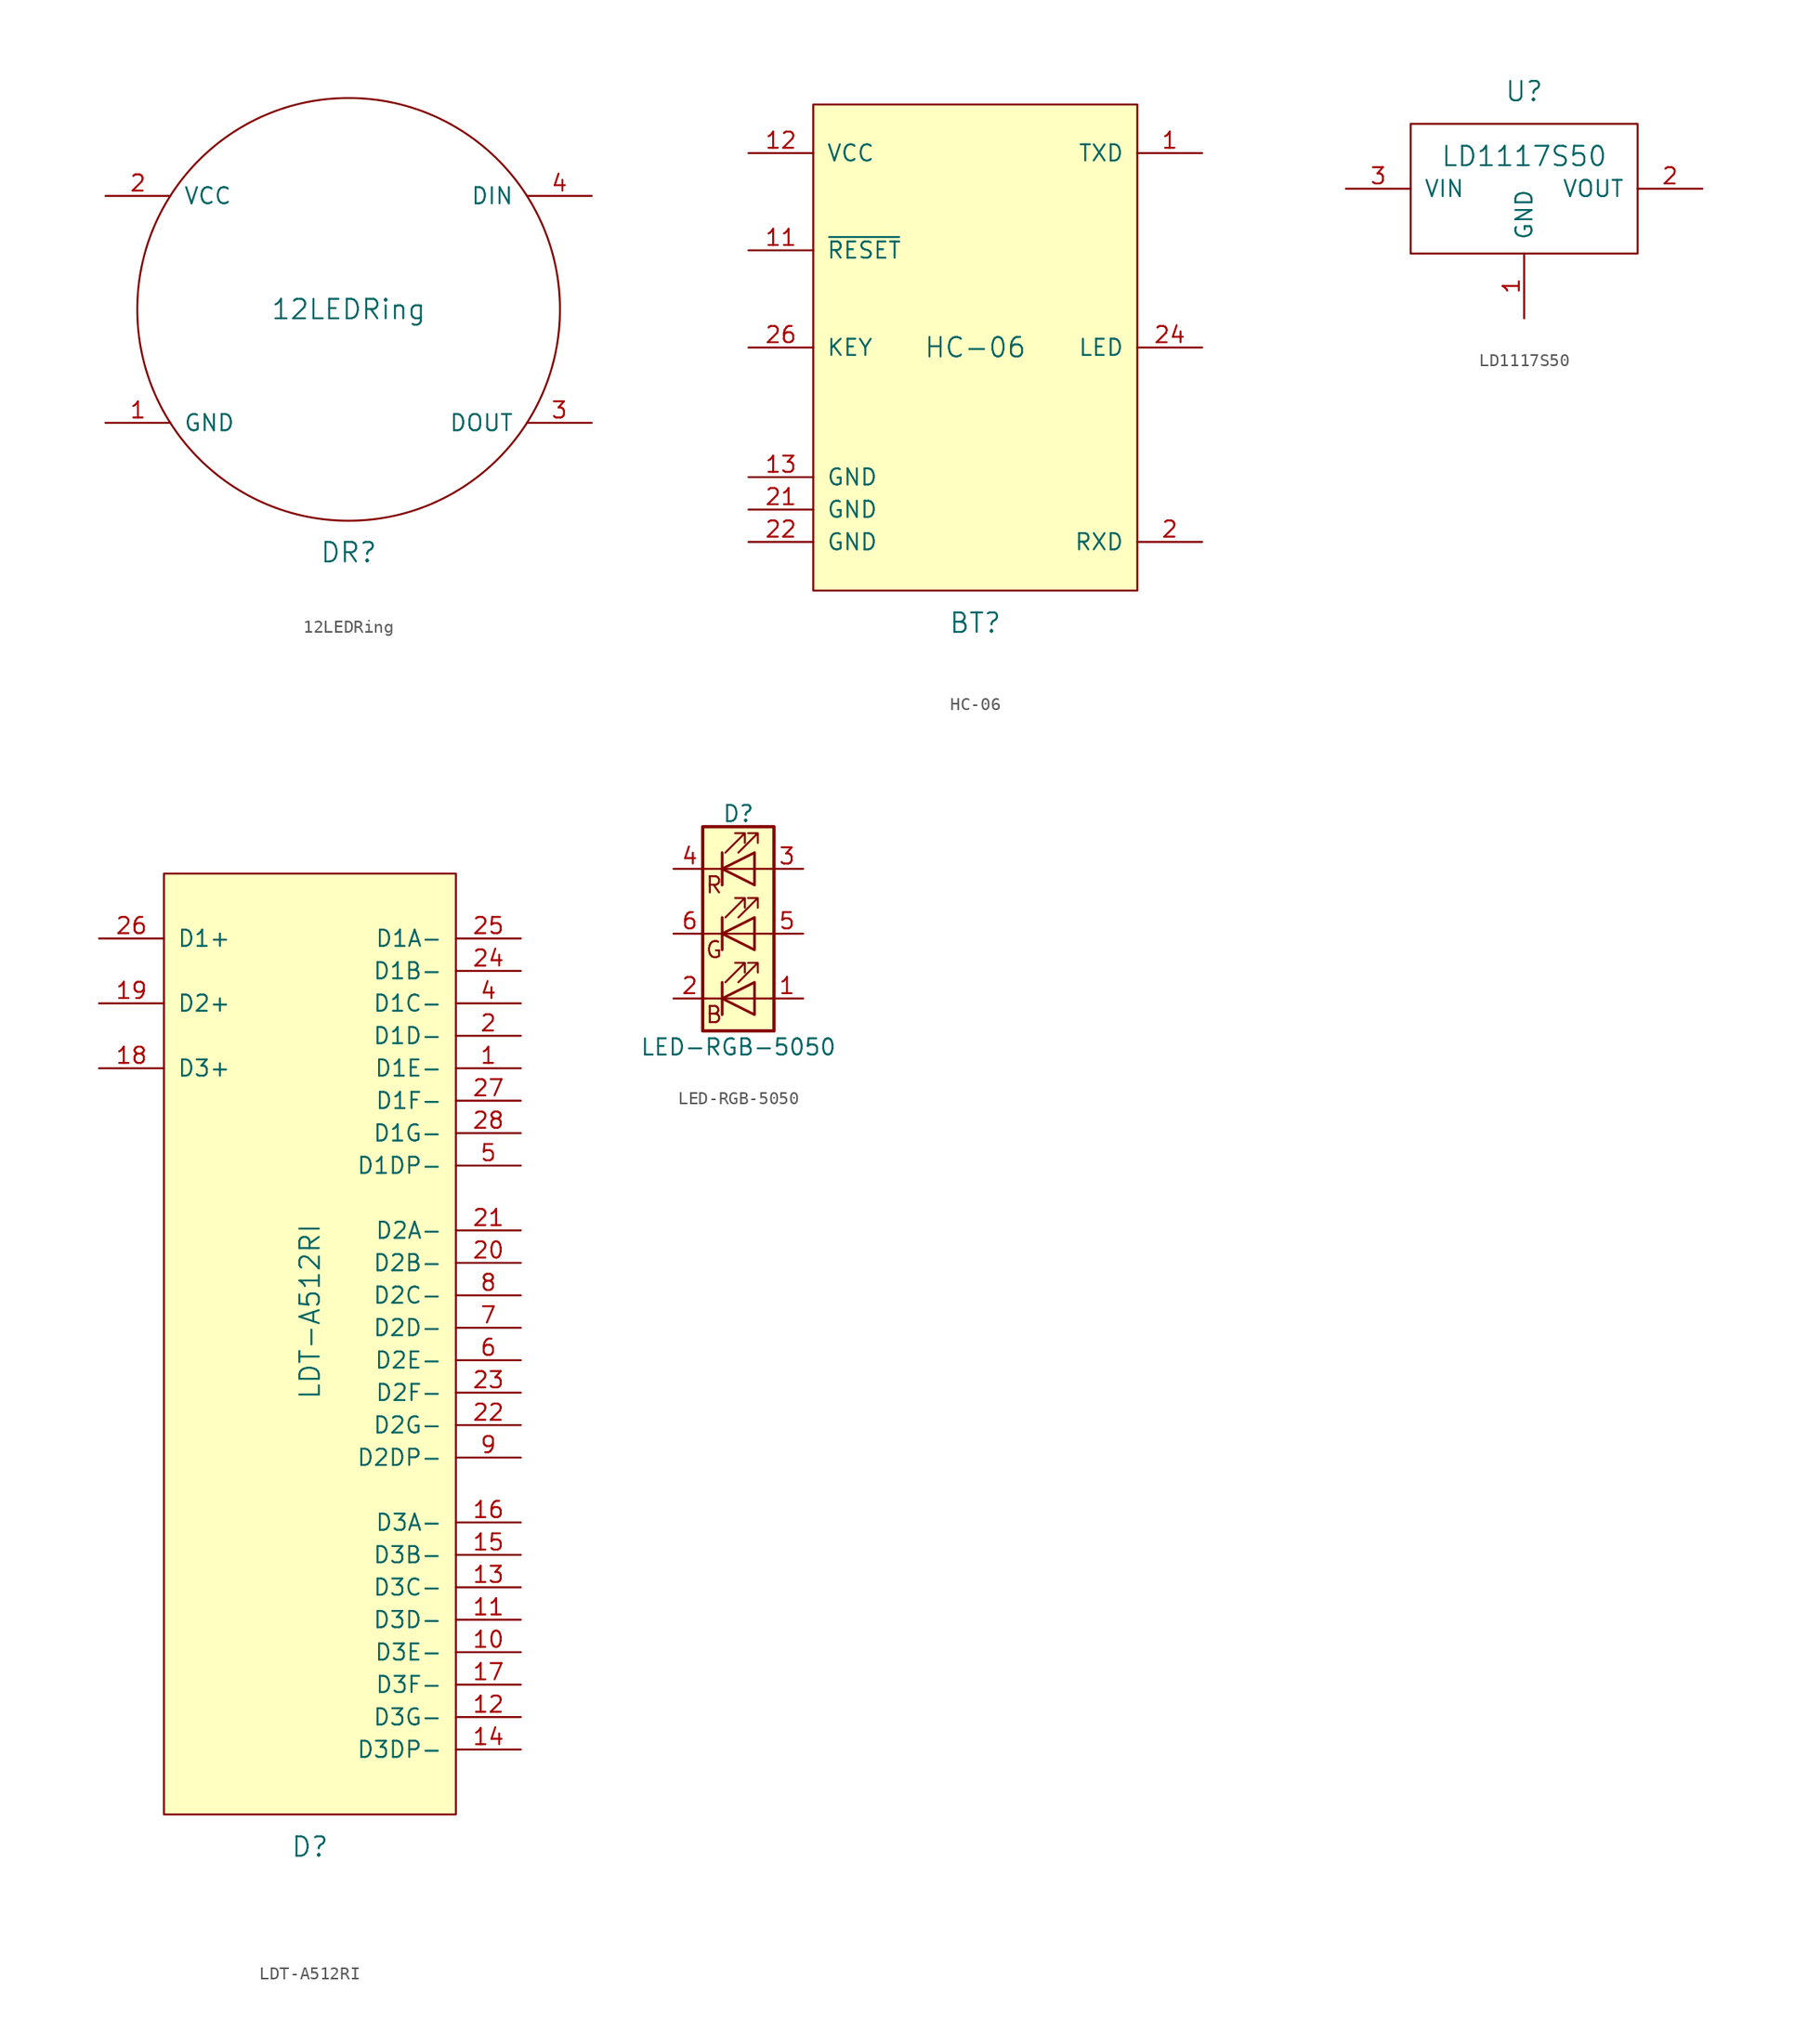
<source format=kicad_sym>
(kicad_symbol_lib
  (version 20220914)
  (generator kicad_symbol_editor)
  (symbol "12LEDRing"
    (pin_names
      (offset 1.016))
    (property "Reference" "DR"
      (at 0 -19.05 0)
      (effects (font (size 1.524 1.524))))
    (property "Value" "12LEDRing"
      (at 0 0 0)
      (effects (font (size 1.524 1.524))))
    (symbol "12LEDRing_0_1"
      (circle (center 0 0) (radius 16.561) (stroke (width 0) (type solid)) (fill (type none))))
    (symbol "12LEDRing_1_1"
      (pin power_out line (at -19.05 -8.89 0) (length 5.08) (name "GND" (effects (font (size 1.27 1.27)))) (number "1" (effects (font (size 1.27 1.27)))))
      (pin power_in line (at -19.05 8.89 0) (length 5.08) (name "VCC" (effects (font (size 1.27 1.27)))) (number "2" (effects (font (size 1.27 1.27)))))
      (pin output line (at 19.05 -8.89 180) (length 5.08) (name "DOUT" (effects (font (size 1.27 1.27)))) (number "3" (effects (font (size 1.27 1.27)))))
      (pin input line (at 19.05 8.89 180) (length 5.08) (name "DIN" (effects (font (size 1.27 1.27)))) (number "4" (effects (font (size 1.27 1.27)))))))
  (symbol "HC-06"
    (pin_names
      (offset 1.016))
    (property "Reference" "BT"
      (at 0 -21.59 0)
      (effects (font (size 1.524 1.524))))
    (property "Value" "HC-06"
      (at 0 0 0)
      (effects (font (size 1.524 1.524))))
    (symbol "HC-06_0_1"
      (rectangle (start -12.7 19.05) (end 12.7 -19.05) (stroke (width 0) (type solid)) (fill (type background))))
    (symbol "HC-06_1_1"
      (pin output line (at 17.78 15.24 180) (length 5.08) (name "TXD" (effects (font (size 1.27 1.27)))) (number "1" (effects (font (size 1.27 1.27)))))
      (pin input line (at -17.78 7.62 0) (length 5.08) (name "~{RESET}" (effects (font (size 1.27 1.27)))) (number "11" (effects (font (size 1.27 1.27)))))
      (pin power_in line (at -17.78 15.24 0) (length 5.08) (name "VCC" (effects (font (size 1.27 1.27)))) (number "12" (effects (font (size 1.27 1.27)))))
      (pin power_out line (at -17.78 -10.16 0) (length 5.08) (name "GND" (effects (font (size 1.27 1.27)))) (number "13" (effects (font (size 1.27 1.27)))))
      (pin output line (at 17.78 -15.24 180) (length 5.08) (name "RXD" (effects (font (size 1.27 1.27)))) (number "2" (effects (font (size 1.27 1.27)))))
      (pin output line (at -17.78 -12.7 0) (length 5.08) (name "GND" (effects (font (size 1.27 1.27)))) (number "21" (effects (font (size 1.27 1.27)))))
      (pin power_in line (at -17.78 -15.24 0) (length 5.08) (name "GND" (effects (font (size 1.27 1.27)))) (number "22" (effects (font (size 1.27 1.27)))))
      (pin output line (at 17.78 0 180) (length 5.08) (name "LED" (effects (font (size 1.27 1.27)))) (number "24" (effects (font (size 1.27 1.27)))))
      (pin output line (at -17.78 0 0) (length 5.08) (name "KEY" (effects (font (size 1.27 1.27)))) (number "26" (effects (font (size 1.27 1.27)))))))
  (symbol "LD1117S50"
    (pin_names
      (offset 1.016))
    (property "Reference" "U"
      (at 0 7.62 0)
      (effects (font (size 1.524 1.524))))
    (property "Value" "LD1117S50"
      (at 0 2.54 0)
      (effects (font (size 1.524 1.524))))
    (property "Footprint" ""
      (at 0 0 0)
      (effects (font (size 1.524 1.524))))
    (property "Datasheet" ""
      (at 0 0 0)
      (effects (font (size 1.524 1.524))))
    (symbol "LD1117S50_0_1"
      (rectangle (start -8.89 5.08) (end 8.89 -5.08) (stroke (width 0) (type solid)) (fill (type none))))
    (symbol "LD1117S50_1_1"
      (pin power_out line (at 0 -10.16 90) (length 5.08) (name "GND" (effects (font (size 1.27 1.27)))) (number "1" (effects (font (size 1.27 1.27)))))
      (pin power_out line (at 13.97 0 180) (length 5.08) (name "VOUT" (effects (font (size 1.27 1.27)))) (number "2" (effects (font (size 1.27 1.27)))))
      (pin power_in line (at -13.97 0 0) (length 5.08) (name "VIN" (effects (font (size 1.27 1.27)))) (number "3" (effects (font (size 1.27 1.27)))))))
  (symbol "LDT-A512RI"
    (pin_names
      (offset 1.016))
    (property "Reference" "D"
      (at 0 -43.18 0)
      (effects (font (size 1.524 1.524))))
    (property "Value" "LDT-A512RI"
      (at 0 -1.27 90)
      (effects (font (size 1.524 1.524))))
    (property "Footprint" ""
      (at 0 -10.16 0)
      (effects (font (size 1.524 1.524))))
    (property "Datasheet" ""
      (at 0 -10.16 0)
      (effects (font (size 1.524 1.524))))
    (symbol "LDT-A512RI_1_1"
      (rectangle (start -11.43 33.02) (end 11.43 -40.64) (stroke (width 0) (type solid)) (fill (type background)))
      (pin output line (at 16.51 17.78 180) (length 5.08) (name "D1E-" (effects (font (size 1.27 1.27)))) (number "1" (effects (font (size 1.27 1.27)))))
      (pin output line (at 16.51 -27.94 180) (length 5.08) (name "D3E-" (effects (font (size 1.27 1.27)))) (number "10" (effects (font (size 1.27 1.27)))))
      (pin output line (at 16.51 -25.4 180) (length 5.08) (name "D3D-" (effects (font (size 1.27 1.27)))) (number "11" (effects (font (size 1.27 1.27)))))
      (pin output line (at 16.51 -33.02 180) (length 5.08) (name "D3G-" (effects (font (size 1.27 1.27)))) (number "12" (effects (font (size 1.27 1.27)))))
      (pin output line (at 16.51 -22.86 180) (length 5.08) (name "D3C-" (effects (font (size 1.27 1.27)))) (number "13" (effects (font (size 1.27 1.27)))))
      (pin output line (at 16.51 -35.56 180) (length 5.08) (name "D3DP-" (effects (font (size 1.27 1.27)))) (number "14" (effects (font (size 1.27 1.27)))))
      (pin output line (at 16.51 -20.32 180) (length 5.08) (name "D3B-" (effects (font (size 1.27 1.27)))) (number "15" (effects (font (size 1.27 1.27)))))
      (pin output line (at 16.51 -17.78 180) (length 5.08) (name "D3A-" (effects (font (size 1.27 1.27)))) (number "16" (effects (font (size 1.27 1.27)))))
      (pin output line (at 16.51 -30.48 180) (length 5.08) (name "D3F-" (effects (font (size 1.27 1.27)))) (number "17" (effects (font (size 1.27 1.27)))))
      (pin power_in line (at -16.51 17.78 0) (length 5.08) (name "D3+" (effects (font (size 1.27 1.27)))) (number "18" (effects (font (size 1.27 1.27)))))
      (pin power_in line (at -16.51 22.86 0) (length 5.08) (name "D2+" (effects (font (size 1.27 1.27)))) (number "19" (effects (font (size 1.27 1.27)))))
      (pin output line (at 16.51 20.32 180) (length 5.08) (name "D1D-" (effects (font (size 1.27 1.27)))) (number "2" (effects (font (size 1.27 1.27)))))
      (pin output line (at 16.51 2.54 180) (length 5.08) (name "D2B-" (effects (font (size 1.27 1.27)))) (number "20" (effects (font (size 1.27 1.27)))))
      (pin output line (at 16.51 5.08 180) (length 5.08) (name "D2A-" (effects (font (size 1.27 1.27)))) (number "21" (effects (font (size 1.27 1.27)))))
      (pin output line (at 16.51 -10.16 180) (length 5.08) (name "D2G-" (effects (font (size 1.27 1.27)))) (number "22" (effects (font (size 1.27 1.27)))))
      (pin output line (at 16.51 -7.62 180) (length 5.08) (name "D2F-" (effects (font (size 1.27 1.27)))) (number "23" (effects (font (size 1.27 1.27)))))
      (pin output line (at 16.51 25.4 180) (length 5.08) (name "D1B-" (effects (font (size 1.27 1.27)))) (number "24" (effects (font (size 1.27 1.27)))))
      (pin output line (at 16.51 27.94 180) (length 5.08) (name "D1A-" (effects (font (size 1.27 1.27)))) (number "25" (effects (font (size 1.27 1.27)))))
      (pin power_in line (at -16.51 27.94 0) (length 5.08) (name "D1+" (effects (font (size 1.27 1.27)))) (number "26" (effects (font (size 1.27 1.27)))))
      (pin output line (at 16.51 15.24 180) (length 5.08) (name "D1F-" (effects (font (size 1.27 1.27)))) (number "27" (effects (font (size 1.27 1.27)))))
      (pin output line (at 16.51 12.7 180) (length 5.08) (name "D1G-" (effects (font (size 1.27 1.27)))) (number "28" (effects (font (size 1.27 1.27)))))
      (pin output line (at 16.51 22.86 180) (length 5.08) (name "D1C-" (effects (font (size 1.27 1.27)))) (number "4" (effects (font (size 1.27 1.27)))))
      (pin output line (at 16.51 10.16 180) (length 5.08) (name "D1DP-" (effects (font (size 1.27 1.27)))) (number "5" (effects (font (size 1.27 1.27)))))
      (pin output line (at 16.51 -5.08 180) (length 5.08) (name "D2E-" (effects (font (size 1.27 1.27)))) (number "6" (effects (font (size 1.27 1.27)))))
      (pin output line (at 16.51 -2.54 180) (length 5.08) (name "D2D-" (effects (font (size 1.27 1.27)))) (number "7" (effects (font (size 1.27 1.27)))))
      (pin output line (at 16.51 0 180) (length 5.08) (name "D2C-" (effects (font (size 1.27 1.27)))) (number "8" (effects (font (size 1.27 1.27)))))
      (pin output line (at 16.51 -12.7 180) (length 5.08) (name "D2DP-" (effects (font (size 1.27 1.27)))) (number "9" (effects (font (size 1.27 1.27)))))))
  (symbol "LED-RGB-5050"
    (pin_names
      (offset 0) hide)
    (property "Reference" "D"
      (at 0 9.398 0)
      (effects (font (size 1.27 1.27))))
    (property "Value" "LED-RGB-5050"
      (at 0 -8.89 0)
      (effects (font (size 1.27 1.27))))
    (symbol "LED-RGB-5050_0_0"
      (text "B" (at -1.905 -6.35 0) (effects (font (size 1.27 1.27))))
      (text "G" (at -1.905 -1.27 0) (effects (font (size 1.27 1.27))))
      (text "R" (at -1.905 3.81 0) (effects (font (size 1.27 1.27)))))
    (symbol "LED-RGB-5050_0_1"
      (polyline (pts (xy -1.27 -5.08) (xy -2.54 -5.08)) (stroke (width 0) (type solid)) (fill (type none)))
      (polyline (pts (xy -1.27 -5.08) (xy 1.27 -5.08)) (stroke (width 0) (type solid)) (fill (type none)))
      (polyline (pts (xy -1.27 -3.81) (xy -1.27 -6.35)) (stroke (width 0) (type solid)) (fill (type none)))
      (polyline (pts (xy -1.27 -3.81) (xy -1.27 -6.35)) (stroke (width 0.203) (type solid)) (fill (type none)))
      (polyline (pts (xy -1.27 0) (xy -2.54 0)) (stroke (width 0) (type solid)) (fill (type none)))
      (polyline (pts (xy -1.27 1.27) (xy -1.27 -1.27)) (stroke (width 0.203) (type solid)) (fill (type none)))
      (polyline (pts (xy -1.27 5.08) (xy -2.54 5.08)) (stroke (width 0) (type solid)) (fill (type none)))
      (polyline (pts (xy -1.27 5.08) (xy 1.27 5.08)) (stroke (width 0) (type solid)) (fill (type none)))
      (polyline (pts (xy -1.27 6.35) (xy -1.27 3.81)) (stroke (width 0.203) (type solid)) (fill (type none)))
      (polyline (pts (xy 1.27 -5.08) (xy 2.54 -5.08)) (stroke (width 0) (type solid)) (fill (type none)))
      (polyline (pts (xy 1.27 0) (xy -1.27 0)) (stroke (width 0) (type solid)) (fill (type none)))
      (polyline (pts (xy 1.27 0) (xy 2.54 0)) (stroke (width 0) (type solid)) (fill (type none)))
      (polyline (pts (xy 1.27 5.08) (xy 2.54 5.08)) (stroke (width 0) (type solid)) (fill (type none)))
      (polyline (pts (xy -1.27 1.27) (xy -1.27 -1.27) (xy -1.27 -1.27)) (stroke (width 0) (type solid)) (fill (type none)))
      (polyline (pts (xy -1.27 6.35) (xy -1.27 3.81) (xy -1.27 3.81)) (stroke (width 0) (type solid)) (fill (type none)))
      (polyline (pts (xy 1.27 -3.81) (xy 1.27 -6.35) (xy -1.27 -5.08) (xy 1.27 -3.81)) (stroke (width 0.203) (type solid)) (fill (type none)))
      (polyline (pts (xy 1.27 1.27) (xy 1.27 -1.27) (xy -1.27 0) (xy 1.27 1.27)) (stroke (width 0.203) (type solid)) (fill (type none)))
      (polyline (pts (xy 1.27 6.35) (xy 1.27 3.81) (xy -1.27 5.08) (xy 1.27 6.35)) (stroke (width 0.203) (type solid)) (fill (type none)))
      (polyline (pts (xy -1.016 -3.81) (xy 0.508 -2.286) (xy -0.254 -2.286) (xy 0.508 -2.286) (xy 0.508 -3.048)) (stroke (width 0) (type solid)) (fill (type none)))
      (polyline (pts (xy -1.016 1.27) (xy 0.508 2.794) (xy -0.254 2.794) (xy 0.508 2.794) (xy 0.508 2.032)) (stroke (width 0) (type solid)) (fill (type none)))
      (polyline (pts (xy -1.016 6.35) (xy 0.508 7.874) (xy -0.254 7.874) (xy 0.508 7.874) (xy 0.508 7.112)) (stroke (width 0) (type solid)) (fill (type none)))
      (polyline (pts (xy 0 -3.81) (xy 1.524 -2.286) (xy 0.762 -2.286) (xy 1.524 -2.286) (xy 1.524 -3.048)) (stroke (width 0) (type solid)) (fill (type none)))
      (polyline (pts (xy 0 1.27) (xy 1.524 2.794) (xy 0.762 2.794) (xy 1.524 2.794) (xy 1.524 2.032)) (stroke (width 0) (type solid)) (fill (type none)))
      (polyline (pts (xy 0 6.35) (xy 1.524 7.874) (xy 0.762 7.874) (xy 1.524 7.874) (xy 1.524 7.112)) (stroke (width 0) (type solid)) (fill (type none)))
      (rectangle (start 1.27 -1.27) (end 1.27 1.27) (stroke (width 0) (type solid)) (fill (type none)))
      (rectangle (start 1.27 1.27) (end 1.27 1.27) (stroke (width 0) (type solid)) (fill (type none)))
      (rectangle (start 1.27 3.81) (end 1.27 6.35) (stroke (width 0) (type solid)) (fill (type none)))
      (rectangle (start 1.27 6.35) (end 1.27 6.35) (stroke (width 0) (type solid)) (fill (type none)))
      (rectangle (start 2.794 8.382) (end -2.794 -7.62) (stroke (width 0.254) (type solid)) (fill (type background))))
    (symbol "LED-RGB-5050_1_1"
      (pin passive line (at 5.08 -5.08 180) (length 2.54) (name "BA" (effects (font (size 1.27 1.27)))) (number "1" (effects (font (size 1.27 1.27)))))
      (pin passive line (at -5.08 -5.08 0) (length 2.54) (name "BK" (effects (font (size 1.27 1.27)))) (number "2" (effects (font (size 1.27 1.27)))))
      (pin passive line (at 5.08 5.08 180) (length 2.54) (name "RA" (effects (font (size 1.27 1.27)))) (number "3" (effects (font (size 1.27 1.27)))))
      (pin passive line (at -5.08 5.08 0) (length 2.54) (name "RK" (effects (font (size 1.27 1.27)))) (number "4" (effects (font (size 1.27 1.27)))))
      (pin passive line (at 5.08 0 180) (length 2.54) (name "GA" (effects (font (size 1.27 1.27)))) (number "5" (effects (font (size 1.27 1.27)))))
      (pin passive line (at -5.08 0 0) (length 2.54) (name "GK" (effects (font (size 1.27 1.27)))) (number "6" (effects (font (size 1.27 1.27))))))))
</source>
